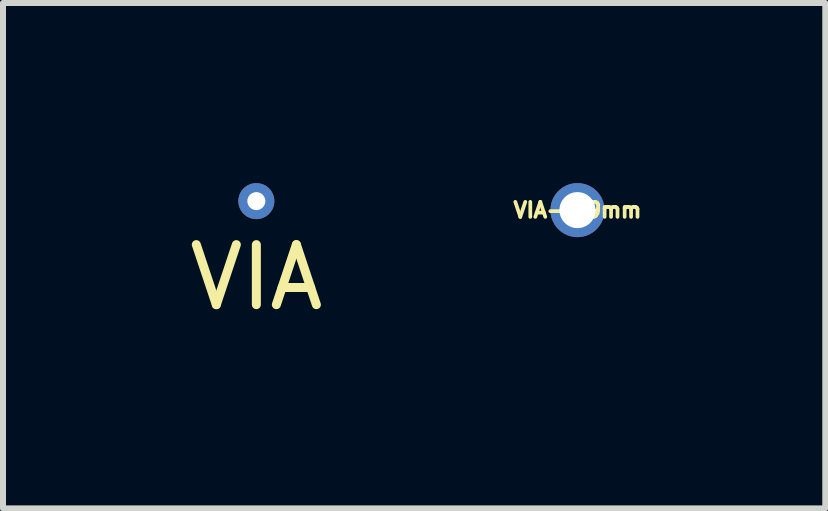
<source format=kicad_pcb>
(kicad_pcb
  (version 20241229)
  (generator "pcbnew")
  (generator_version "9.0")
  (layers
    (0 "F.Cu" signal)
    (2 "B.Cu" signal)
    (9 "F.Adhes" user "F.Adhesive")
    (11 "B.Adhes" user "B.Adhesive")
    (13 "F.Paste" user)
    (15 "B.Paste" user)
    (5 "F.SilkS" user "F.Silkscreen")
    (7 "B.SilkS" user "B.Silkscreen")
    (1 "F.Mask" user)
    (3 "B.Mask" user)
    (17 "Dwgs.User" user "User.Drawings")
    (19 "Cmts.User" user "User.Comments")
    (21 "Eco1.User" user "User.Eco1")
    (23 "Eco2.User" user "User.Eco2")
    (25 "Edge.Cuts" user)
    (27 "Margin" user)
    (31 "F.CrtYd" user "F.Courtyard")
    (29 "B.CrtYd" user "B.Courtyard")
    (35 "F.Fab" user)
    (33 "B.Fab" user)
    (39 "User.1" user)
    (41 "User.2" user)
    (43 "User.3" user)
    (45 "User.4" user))
  (footprint "VIA"
    (layer "F.Cu")
    (at 1.22 0.3)
    (property "Reference" "VIA" (at 0 1.27 0) (layer "F.SilkS") (effects (font (size 1 1) (thickness 0.15))))
    (attr through_hole)
    (pad "1" thru_hole circle (at 0 0) (size 0.6 0.6) (drill 0.3) (layers "*.Cu")))
  (footprint "VIA-0.9mm"
    (layer "F.Cu")
    (at 6.569 0.45)
    (property "Reference" "VIA-0.9mm" (at 0 0 0) (layer "F.SilkS") (effects (font (size 0.25 0.25) (thickness 0.062))))
    (attr through_hole)
    (pad "1" thru_hole circle (at 0 0) (size 0.9 0.9) (drill 0.6) (layers "*.Cu")))
  (gr_rect
    (start -3 -3)
    (end 10.697 5.418)
    (stroke (width 0.1) (type default))
    (fill no)
    (layer "Edge.Cuts")))
</source>
